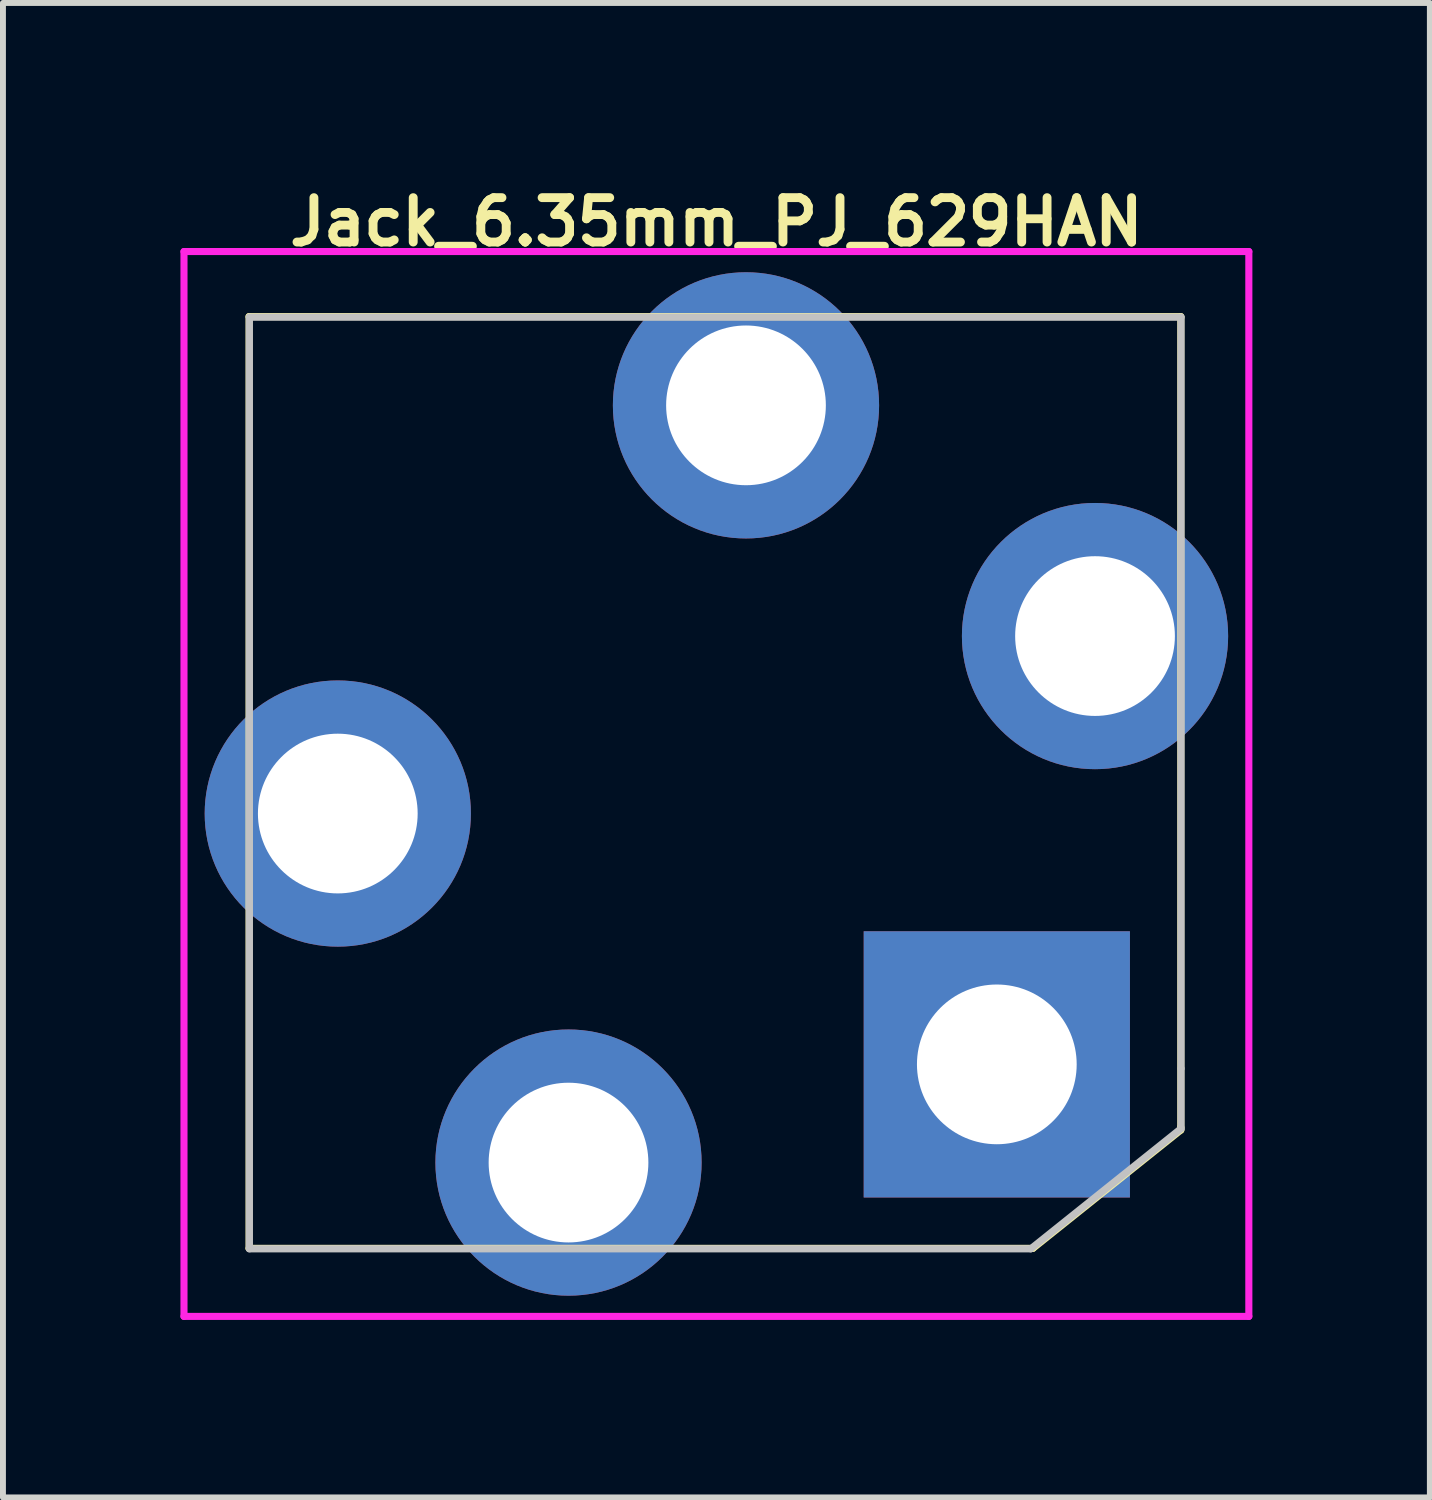
<source format=kicad_pcb>
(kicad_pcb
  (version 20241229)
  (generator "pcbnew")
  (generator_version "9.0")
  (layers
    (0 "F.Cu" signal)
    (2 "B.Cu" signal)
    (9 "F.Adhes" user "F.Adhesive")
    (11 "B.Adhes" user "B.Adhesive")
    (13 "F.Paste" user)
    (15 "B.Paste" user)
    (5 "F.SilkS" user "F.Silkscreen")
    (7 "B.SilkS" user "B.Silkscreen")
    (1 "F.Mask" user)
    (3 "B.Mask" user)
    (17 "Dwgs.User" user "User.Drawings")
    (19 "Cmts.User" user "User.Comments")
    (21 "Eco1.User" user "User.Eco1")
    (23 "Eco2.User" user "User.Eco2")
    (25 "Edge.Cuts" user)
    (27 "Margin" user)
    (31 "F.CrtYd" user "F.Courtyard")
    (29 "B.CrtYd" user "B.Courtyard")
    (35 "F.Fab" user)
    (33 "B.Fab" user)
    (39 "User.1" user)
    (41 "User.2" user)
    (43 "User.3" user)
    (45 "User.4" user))
  (footprint "Jack_6.35mm_PJ_629HAN"
    (layer "F.Cu")
    (at 9.06 10.202)
    (property "Reference" "Jack_6.35mm_PJ_629HAN" (at 0 -9.5 0) (layer "F.SilkS") (effects (font (size 0.75 0.75) (thickness 0.15))))
    (attr through_hole)
    (fp_line (start -7.9 -7.9) (end 7.85 -7.9) (stroke (width 0.12) (type solid)) (layer "F.SilkS"))
    (fp_line (start -7.9 7.85) (end -7.9 -7.9) (stroke (width 0.12) (type solid)) (layer "F.SilkS"))
    (fp_line (start 5.35 7.85) (end -7.9 7.85) (stroke (width 0.12) (type solid)) (layer "F.SilkS"))
    (fp_line (start 7.85 -7.9) (end 7.85 5.8) (stroke (width 0.12) (type solid)) (layer "F.SilkS"))
    (fp_line (start 7.85 5.8) (end 7.85 5.85) (stroke (width 0.12) (type solid)) (layer "F.SilkS"))
    (fp_line (start 7.85 5.85) (end 5.35 7.85) (stroke (width 0.12) (type solid)) (layer "F.SilkS"))
    (fp_line (start -7.894 -7.89) (end 7.854 -7.89) (stroke (width 0.12) (type solid)) (layer "Dwgs.User"))
    (fp_line (start -7.894 7.858) (end -7.894 -7.89) (stroke (width 0.12) (type solid)) (layer "Dwgs.User"))
    (fp_line (start 5.314 7.858) (end -7.894 7.858) (stroke (width 0.12) (type solid)) (layer "Dwgs.User"))
    (fp_line (start 7.854 -7.89) (end 7.854 4.81) (stroke (width 0.12) (type solid)) (layer "Dwgs.User"))
    (fp_line (start 7.854 4.81) (end 7.854 5.826) (stroke (width 0.12) (type solid)) (layer "Dwgs.User"))
    (fp_line (start 7.854 5.826) (end 5.314 7.858) (stroke (width 0.12) (type solid)) (layer "Dwgs.User"))
    (fp_line (start -9 -9) (end 9 -9) (stroke (width 0.12) (type solid)) (layer "F.CrtYd"))
    (fp_line (start -9 9) (end -9 -9) (stroke (width 0.12) (type solid)) (layer "F.CrtYd"))
    (fp_line (start 9 -9) (end 9 9) (stroke (width 0.12) (type solid)) (layer "F.CrtYd"))
    (fp_line (start 9 9) (end -9 9) (stroke (width 0.12) (type solid)) (layer "F.CrtYd"))
    (pad "R" thru_hole circle (at 0.5 -6.4) (size 4.5 4.5) (drill 2.7) (layers "*.Cu" "*.Mask"))
    (pad "RN" thru_hole circle (at 6.4 -2.5) (size 4.5 4.5) (drill 2.7) (layers "*.Cu" "*.Mask"))
    (pad "S" thru_hole rect (at 4.74 4.74) (size 4.5 4.5) (drill 2.7) (layers "*.Cu" "*.Mask"))
    (pad "T" thru_hole circle (at -6.4 0.5) (size 4.5 4.5) (drill 2.7) (layers "*.Cu" "*.Mask"))
    (pad "TN" thru_hole circle (at -2.5 6.4) (size 4.5 4.5) (drill 2.7) (layers "*.Cu" "*.Mask")))
  (gr_rect
    (start -3 -3)
    (end 21.12 22.262)
    (stroke (width 0.1) (type default))
    (fill no)
    (layer "Edge.Cuts")))
</source>
